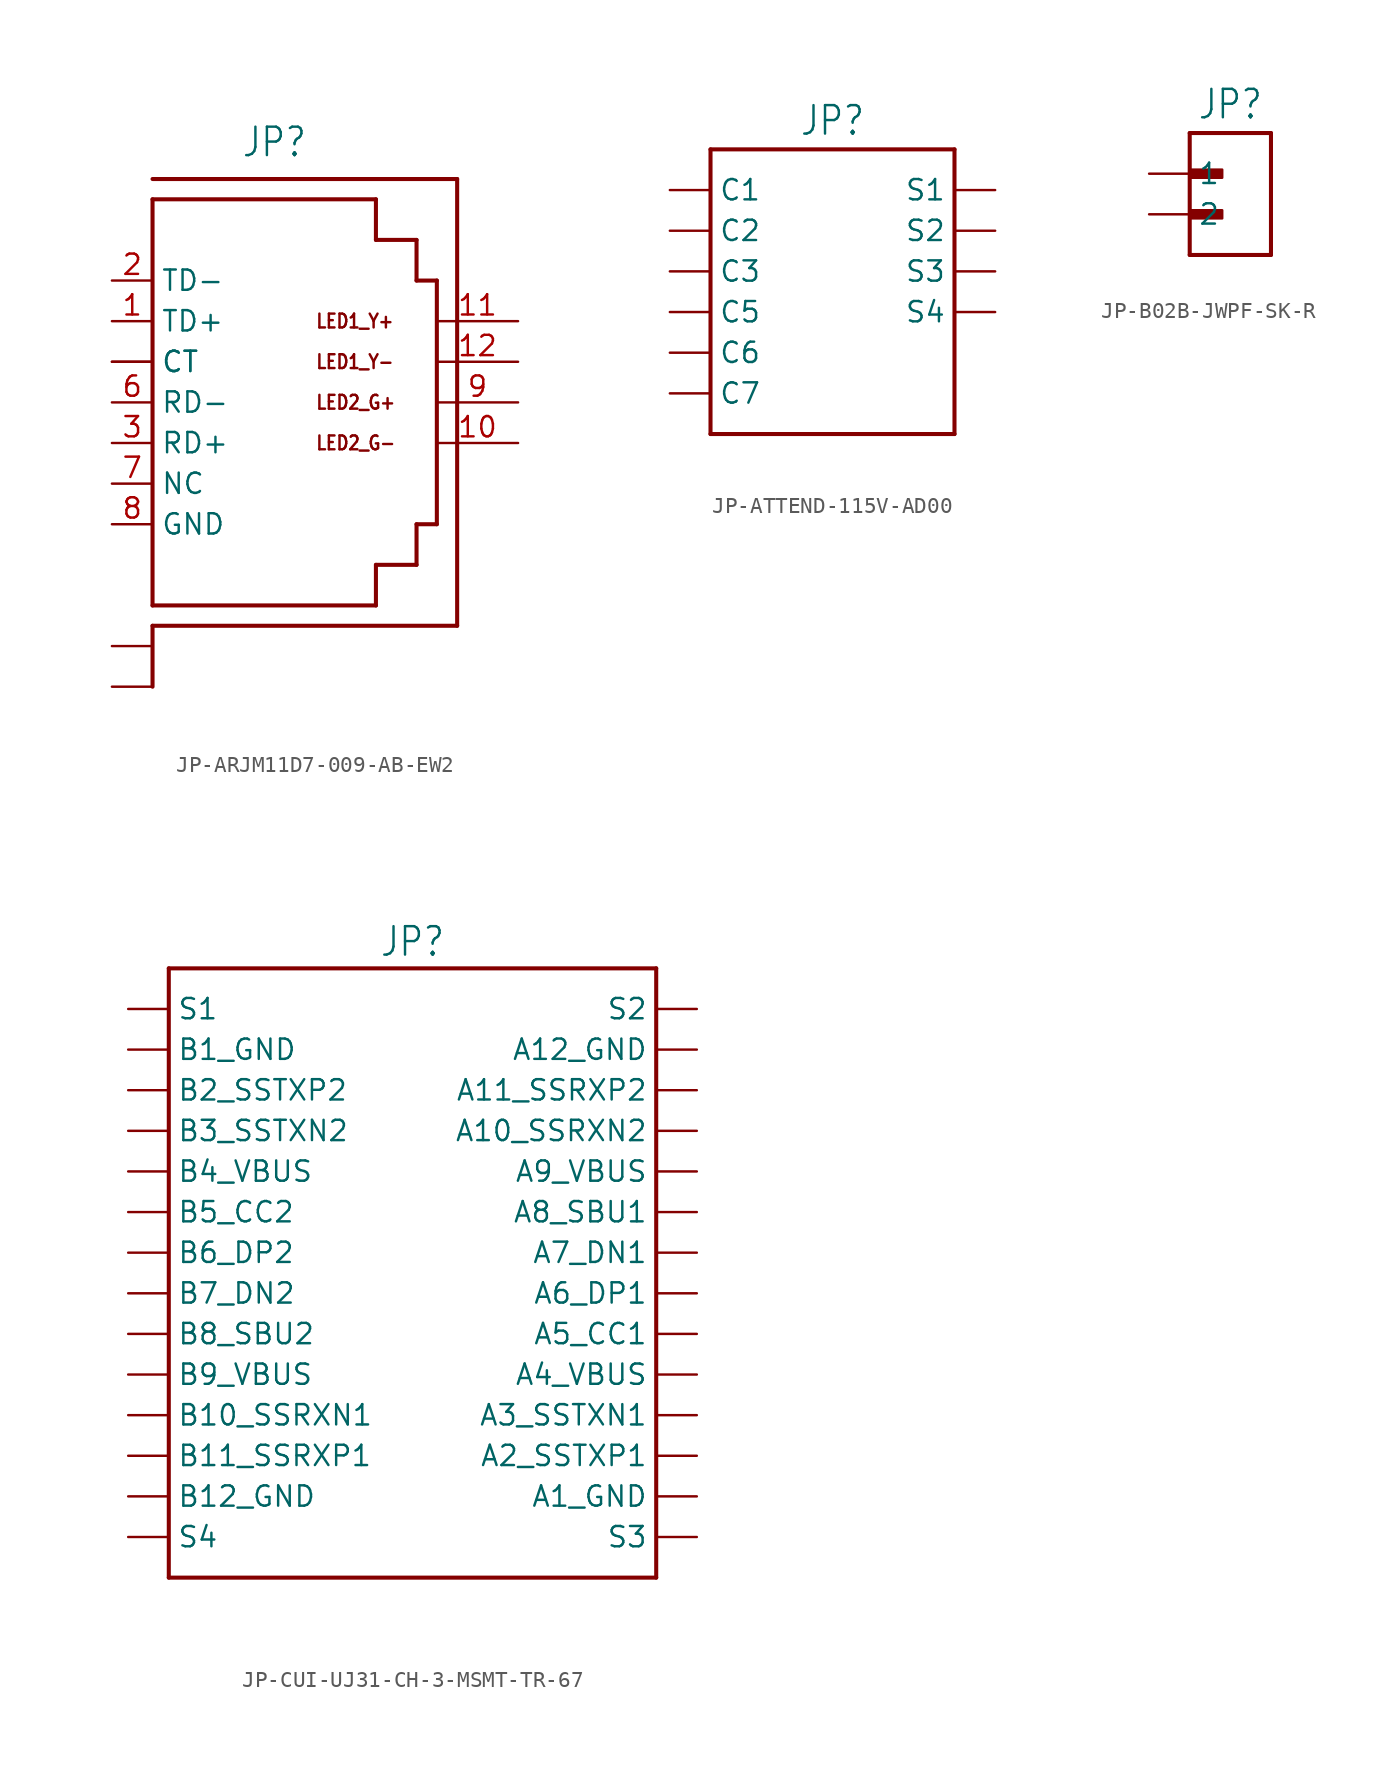
<source format=kicad_sym>
(kicad_symbol_lib
  (version 20231120)
  (generator "kicad_symbol_editor")
  (generator_version "8.0")
  (symbol "JP-ARJM11D7-009-AB-EW2"
    (property "Reference" "JP"
      (at 0 15.24 0)
      (effects (font (size 1.778 1.511)) (justify bottom)))
    (property "Value" ""
      (at 0 -15.24 0)
      (effects (font (size 1.778 1.511)) (justify top)))
    (property "ki_locked" ""
      (at 0 0 0)
      (effects (font (size 1.27 1.27))))
    (symbol "JP-ARJM11D7-009-AB-EW2_1_0"
      (polyline (pts (xy -7.62 -13.97) (xy -7.62 -17.78)) (stroke (width 0.254) (type solid)) (fill (type none)))
      (polyline (pts (xy -7.62 -12.7) (xy -7.62 12.7)) (stroke (width 0.254) (type solid)) (fill (type none)))
      (polyline (pts (xy -7.62 12.7) (xy 6.35 12.7)) (stroke (width 0.254) (type solid)) (fill (type none)))
      (polyline (pts (xy -7.62 13.97) (xy 11.43 13.97)) (stroke (width 0.254) (type solid)) (fill (type none)))
      (polyline (pts (xy 6.35 -12.7) (xy -7.62 -12.7)) (stroke (width 0.254) (type solid)) (fill (type none)))
      (polyline (pts (xy 6.35 -12.7) (xy 6.35 -10.16)) (stroke (width 0.254) (type solid)) (fill (type none)))
      (polyline (pts (xy 6.35 -10.16) (xy 8.89 -10.16)) (stroke (width 0.254) (type solid)) (fill (type none)))
      (polyline (pts (xy 6.35 10.16) (xy 8.89 10.16)) (stroke (width 0.254) (type solid)) (fill (type none)))
      (polyline (pts (xy 6.35 12.7) (xy 6.35 10.16)) (stroke (width 0.254) (type solid)) (fill (type none)))
      (polyline (pts (xy 8.89 -10.16) (xy 8.89 -7.62)) (stroke (width 0.254) (type solid)) (fill (type none)))
      (polyline (pts (xy 8.89 -7.62) (xy 10.16 -7.62)) (stroke (width 0.254) (type solid)) (fill (type none)))
      (polyline (pts (xy 8.89 7.62) (xy 10.16 7.62)) (stroke (width 0.254) (type solid)) (fill (type none)))
      (polyline (pts (xy 8.89 10.16) (xy 8.89 7.62)) (stroke (width 0.254) (type solid)) (fill (type none)))
      (polyline (pts (xy 10.16 7.62) (xy 10.16 -7.62)) (stroke (width 0.254) (type solid)) (fill (type none)))
      (polyline (pts (xy 11.43 -13.97) (xy -7.62 -13.97)) (stroke (width 0.254) (type solid)) (fill (type none)))
      (polyline (pts (xy 11.43 13.97) (xy 11.43 -13.97)) (stroke (width 0.254) (type solid)) (fill (type none)))
      (text "LED1_Y+" (at 2.54 5.08 0) (effects (font (size 0.864 0.734)) (justify left)))
      (text "LED1_Y-" (at 2.54 2.54 0) (effects (font (size 0.864 0.734)) (justify left)))
      (text "LED2_G+" (at 2.54 0 0) (effects (font (size 0.864 0.734)) (justify left)))
      (text "LED2_G-" (at 2.54 -2.54 0) (effects (font (size 0.864 0.734)) (justify left)))
      (pin passive line (at -10.16 5.08 0) (length 2.54) (name "TD+" (effects (font (size 1.27 1.27)))) (number "1" (effects (font (size 1.27 1.27)))))
      (pin passive line (at 15.24 -2.54 180) (length 5.08) (name "LED2_G-" (effects (font (size 0 0)))) (number "10" (effects (font (size 1.27 1.27)))))
      (pin passive line (at 15.24 5.08 180) (length 5.08) (name "LED1_Y+" (effects (font (size 0 0)))) (number "11" (effects (font (size 1.27 1.27)))))
      (pin passive line (at 15.24 2.54 180) (length 5.08) (name "LED1_Y-" (effects (font (size 0 0)))) (number "12" (effects (font (size 1.27 1.27)))))
      (pin passive line (at -10.16 7.62 0) (length 2.54) (name "TD-" (effects (font (size 1.27 1.27)))) (number "2" (effects (font (size 1.27 1.27)))))
      (pin passive line (at -10.16 -2.54 0) (length 2.54) (name "RD+" (effects (font (size 1.27 1.27)))) (number "3" (effects (font (size 1.27 1.27)))))
      (pin passive line (at -10.16 2.54 0) (length 2.54) (name "CT" (effects (font (size 1.27 1.27)))) (number "4" (effects (font (size 0 0)))))
      (pin passive line (at -10.16 2.54 0) (length 2.54) (name "CT" (effects (font (size 1.27 1.27)))) (number "5" (effects (font (size 0 0)))))
      (pin passive line (at -10.16 0 0) (length 2.54) (name "RD-" (effects (font (size 1.27 1.27)))) (number "6" (effects (font (size 1.27 1.27)))))
      (pin passive line (at -10.16 -5.08 0) (length 2.54) (name "NC" (effects (font (size 1.27 1.27)))) (number "7" (effects (font (size 1.27 1.27)))))
      (pin passive line (at -10.16 -7.62 0) (length 2.54) (name "GND" (effects (font (size 1.27 1.27)))) (number "8" (effects (font (size 1.27 1.27)))))
      (pin passive line (at 15.24 0 180) (length 5.08) (name "LED2_G+" (effects (font (size 0 0)))) (number "9" (effects (font (size 1.27 1.27)))))
      (pin passive line (at -10.16 -15.24 0) (length 2.54) (name "SHIELD1" (effects (font (size 0 0)))) (number "S1" (effects (font (size 0 0)))))
      (pin passive line (at -10.16 -17.78 0) (length 2.54) (name "SHIELD2" (effects (font (size 0 0)))) (number "S2" (effects (font (size 0 0)))))))
  (symbol "JP-ATTEND-115V-AD00"
    (property "Reference" "JP"
      (at 0 8.382 0)
      (effects (font (size 1.778 1.511)) (justify bottom)))
    (property "Value" ""
      (at 0 -10.922 0)
      (effects (font (size 1.778 1.511)) (justify top)))
    (property "ki_locked" ""
      (at 0 0 0)
      (effects (font (size 1.27 1.27))))
    (symbol "JP-ATTEND-115V-AD00_1_0"
      (polyline (pts (xy -7.62 7.62) (xy -7.62 -10.16)) (stroke (width 0.254) (type solid)) (fill (type none)))
      (polyline (pts (xy -7.62 7.62) (xy 7.62 7.62)) (stroke (width 0.254) (type solid)) (fill (type none)))
      (polyline (pts (xy 7.62 -10.16) (xy -7.62 -10.16)) (stroke (width 0.254) (type solid)) (fill (type none)))
      (polyline (pts (xy 7.62 7.62) (xy 7.62 -10.16)) (stroke (width 0.254) (type solid)) (fill (type none)))
      (pin passive line (at -10.16 5.08 0) (length 2.54) (name "C1" (effects (font (size 1.27 1.27)))) (number "C1" (effects (font (size 0 0)))))
      (pin passive line (at -10.16 2.54 0) (length 2.54) (name "C2" (effects (font (size 1.27 1.27)))) (number "C2" (effects (font (size 0 0)))))
      (pin passive line (at -10.16 0 0) (length 2.54) (name "C3" (effects (font (size 1.27 1.27)))) (number "C3" (effects (font (size 0 0)))))
      (pin passive line (at -10.16 -2.54 0) (length 2.54) (name "C5" (effects (font (size 1.27 1.27)))) (number "C5" (effects (font (size 0 0)))))
      (pin passive line (at -10.16 -5.08 0) (length 2.54) (name "C6" (effects (font (size 1.27 1.27)))) (number "C6" (effects (font (size 0 0)))))
      (pin passive line (at -10.16 -7.62 0) (length 2.54) (name "C7" (effects (font (size 1.27 1.27)))) (number "C7" (effects (font (size 0 0)))))
      (pin passive line (at 10.16 2.54 180) (length 2.54) (name "S2" (effects (font (size 1.27 1.27)))) (number "S1" (effects (font (size 0 0)))))
      (pin passive line (at 10.16 5.08 180) (length 2.54) (name "S1" (effects (font (size 1.27 1.27)))) (number "S2" (effects (font (size 0 0)))))
      (pin passive line (at 10.16 0 180) (length 2.54) (name "S3" (effects (font (size 1.27 1.27)))) (number "S3" (effects (font (size 0 0)))))
      (pin passive line (at 10.16 -2.54 180) (length 2.54) (name "S4" (effects (font (size 1.27 1.27)))) (number "S4" (effects (font (size 0 0)))))))
  (symbol "JP-B02B-JWPF-SK-R"
    (property "Reference" "JP"
      (at 0 3.302 0)
      (effects (font (size 1.778 1.511)) (justify bottom)))
    (property "Value" ""
      (at 0 -5.842 0)
      (effects (font (size 1.778 1.511)) (justify top)))
    (property "ki_locked" ""
      (at 0 0 0)
      (effects (font (size 1.27 1.27))))
    (symbol "JP-B02B-JWPF-SK-R_1_0"
      (rectangle (start -2.54 -2.794) (end -0.508 -2.286) (stroke (width 0) (type default)) (fill (type outline)))
      (rectangle (start -2.54 -0.254) (end -0.508 0.254) (stroke (width 0) (type default)) (fill (type outline)))
      (polyline (pts (xy -2.54 -5.08) (xy -2.54 2.54)) (stroke (width 0.254) (type solid)) (fill (type none)))
      (polyline (pts (xy -2.54 2.54) (xy 2.54 2.54)) (stroke (width 0.254) (type solid)) (fill (type none)))
      (polyline (pts (xy 2.54 -5.08) (xy -2.54 -5.08)) (stroke (width 0.254) (type solid)) (fill (type none)))
      (polyline (pts (xy 2.54 2.54) (xy 2.54 -5.08)) (stroke (width 0.254) (type solid)) (fill (type none)))
      (pin passive line (at -5.08 0 0) (length 2.54) (name "1" (effects (font (size 1.27 1.27)))) (number "1" (effects (font (size 0 0)))))
      (pin passive line (at -5.08 -2.54 0) (length 2.54) (name "2" (effects (font (size 1.27 1.27)))) (number "2" (effects (font (size 0 0)))))))
  (symbol "JP-CUI-UJ31-CH-3-MSMT-TR-67"
    (property "Reference" "JP"
      (at 0 18.415 0)
      (effects (font (size 1.778 1.511)) (justify bottom)))
    (property "Value" ""
      (at 0 -20.955 0)
      (effects (font (size 1.778 1.511)) (justify top)))
    (property "ki_locked" ""
      (at 0 0 0)
      (effects (font (size 1.27 1.27))))
    (symbol "JP-CUI-UJ31-CH-3-MSMT-TR-67_1_0"
      (polyline (pts (xy -15.24 -20.32) (xy 15.24 -20.32)) (stroke (width 0.254) (type solid)) (fill (type none)))
      (polyline (pts (xy -15.24 17.78) (xy -15.24 -20.32)) (stroke (width 0.254) (type solid)) (fill (type none)))
      (polyline (pts (xy 15.24 -20.32) (xy 15.24 17.78)) (stroke (width 0.254) (type solid)) (fill (type none)))
      (polyline (pts (xy 15.24 17.78) (xy -15.24 17.78)) (stroke (width 0.254) (type solid)) (fill (type none)))
      (pin passive line (at 17.78 -15.24 180) (length 2.54) (name "A1_GND" (effects (font (size 1.27 1.27)))) (number "A1" (effects (font (size 0 0)))))
      (pin passive line (at 17.78 7.62 180) (length 2.54) (name "A10_SSRXN2" (effects (font (size 1.27 1.27)))) (number "A10" (effects (font (size 0 0)))))
      (pin passive line (at 17.78 10.16 180) (length 2.54) (name "A11_SSRXP2" (effects (font (size 1.27 1.27)))) (number "A11" (effects (font (size 0 0)))))
      (pin passive line (at 17.78 12.7 180) (length 2.54) (name "A12_GND" (effects (font (size 1.27 1.27)))) (number "A12" (effects (font (size 0 0)))))
      (pin passive line (at 17.78 -12.7 180) (length 2.54) (name "A2_SSTXP1" (effects (font (size 1.27 1.27)))) (number "A2" (effects (font (size 0 0)))))
      (pin passive line (at 17.78 -10.16 180) (length 2.54) (name "A3_SSTXN1" (effects (font (size 1.27 1.27)))) (number "A3" (effects (font (size 0 0)))))
      (pin passive line (at 17.78 -7.62 180) (length 2.54) (name "A4_VBUS" (effects (font (size 1.27 1.27)))) (number "A4" (effects (font (size 0 0)))))
      (pin passive line (at 17.78 -5.08 180) (length 2.54) (name "A5_CC1" (effects (font (size 1.27 1.27)))) (number "A5" (effects (font (size 0 0)))))
      (pin passive line (at 17.78 -2.54 180) (length 2.54) (name "A6_DP1" (effects (font (size 1.27 1.27)))) (number "A6" (effects (font (size 0 0)))))
      (pin passive line (at 17.78 0 180) (length 2.54) (name "A7_DN1" (effects (font (size 1.27 1.27)))) (number "A7" (effects (font (size 0 0)))))
      (pin passive line (at 17.78 2.54 180) (length 2.54) (name "A8_SBU1" (effects (font (size 1.27 1.27)))) (number "A8" (effects (font (size 0 0)))))
      (pin passive line (at 17.78 5.08 180) (length 2.54) (name "A9_VBUS" (effects (font (size 1.27 1.27)))) (number "A9" (effects (font (size 0 0)))))
      (pin passive line (at -17.78 12.7 0) (length 2.54) (name "B1_GND" (effects (font (size 1.27 1.27)))) (number "B1" (effects (font (size 0 0)))))
      (pin passive line (at -17.78 -10.16 0) (length 2.54) (name "B10_SSRXN1" (effects (font (size 1.27 1.27)))) (number "B10" (effects (font (size 0 0)))))
      (pin passive line (at -17.78 -12.7 0) (length 2.54) (name "B11_SSRXP1" (effects (font (size 1.27 1.27)))) (number "B11" (effects (font (size 0 0)))))
      (pin passive line (at -17.78 -15.24 0) (length 2.54) (name "B12_GND" (effects (font (size 1.27 1.27)))) (number "B12" (effects (font (size 0 0)))))
      (pin passive line (at -17.78 10.16 0) (length 2.54) (name "B2_SSTXP2" (effects (font (size 1.27 1.27)))) (number "B2" (effects (font (size 0 0)))))
      (pin passive line (at -17.78 7.62 0) (length 2.54) (name "B3_SSTXN2" (effects (font (size 1.27 1.27)))) (number "B3" (effects (font (size 0 0)))))
      (pin passive line (at -17.78 5.08 0) (length 2.54) (name "B4_VBUS" (effects (font (size 1.27 1.27)))) (number "B4" (effects (font (size 0 0)))))
      (pin passive line (at -17.78 2.54 0) (length 2.54) (name "B5_CC2" (effects (font (size 1.27 1.27)))) (number "B5" (effects (font (size 0 0)))))
      (pin passive line (at -17.78 0 0) (length 2.54) (name "B6_DP2" (effects (font (size 1.27 1.27)))) (number "B6" (effects (font (size 0 0)))))
      (pin passive line (at -17.78 -2.54 0) (length 2.54) (name "B7_DN2" (effects (font (size 1.27 1.27)))) (number "B7" (effects (font (size 0 0)))))
      (pin passive line (at -17.78 -5.08 0) (length 2.54) (name "B8_SBU2" (effects (font (size 1.27 1.27)))) (number "B8" (effects (font (size 0 0)))))
      (pin passive line (at -17.78 -7.62 0) (length 2.54) (name "B9_VBUS" (effects (font (size 1.27 1.27)))) (number "B9" (effects (font (size 0 0)))))
      (pin passive line (at -17.78 15.24 0) (length 2.54) (name "S1" (effects (font (size 1.27 1.27)))) (number "S1" (effects (font (size 0 0)))))
      (pin passive line (at 17.78 15.24 180) (length 2.54) (name "S2" (effects (font (size 1.27 1.27)))) (number "S2" (effects (font (size 0 0)))))
      (pin passive line (at 17.78 -17.78 180) (length 2.54) (name "S3" (effects (font (size 1.27 1.27)))) (number "S3" (effects (font (size 0 0)))))
      (pin passive line (at -17.78 -17.78 0) (length 2.54) (name "S4" (effects (font (size 1.27 1.27)))) (number "S4" (effects (font (size 0 0))))))))
</source>
